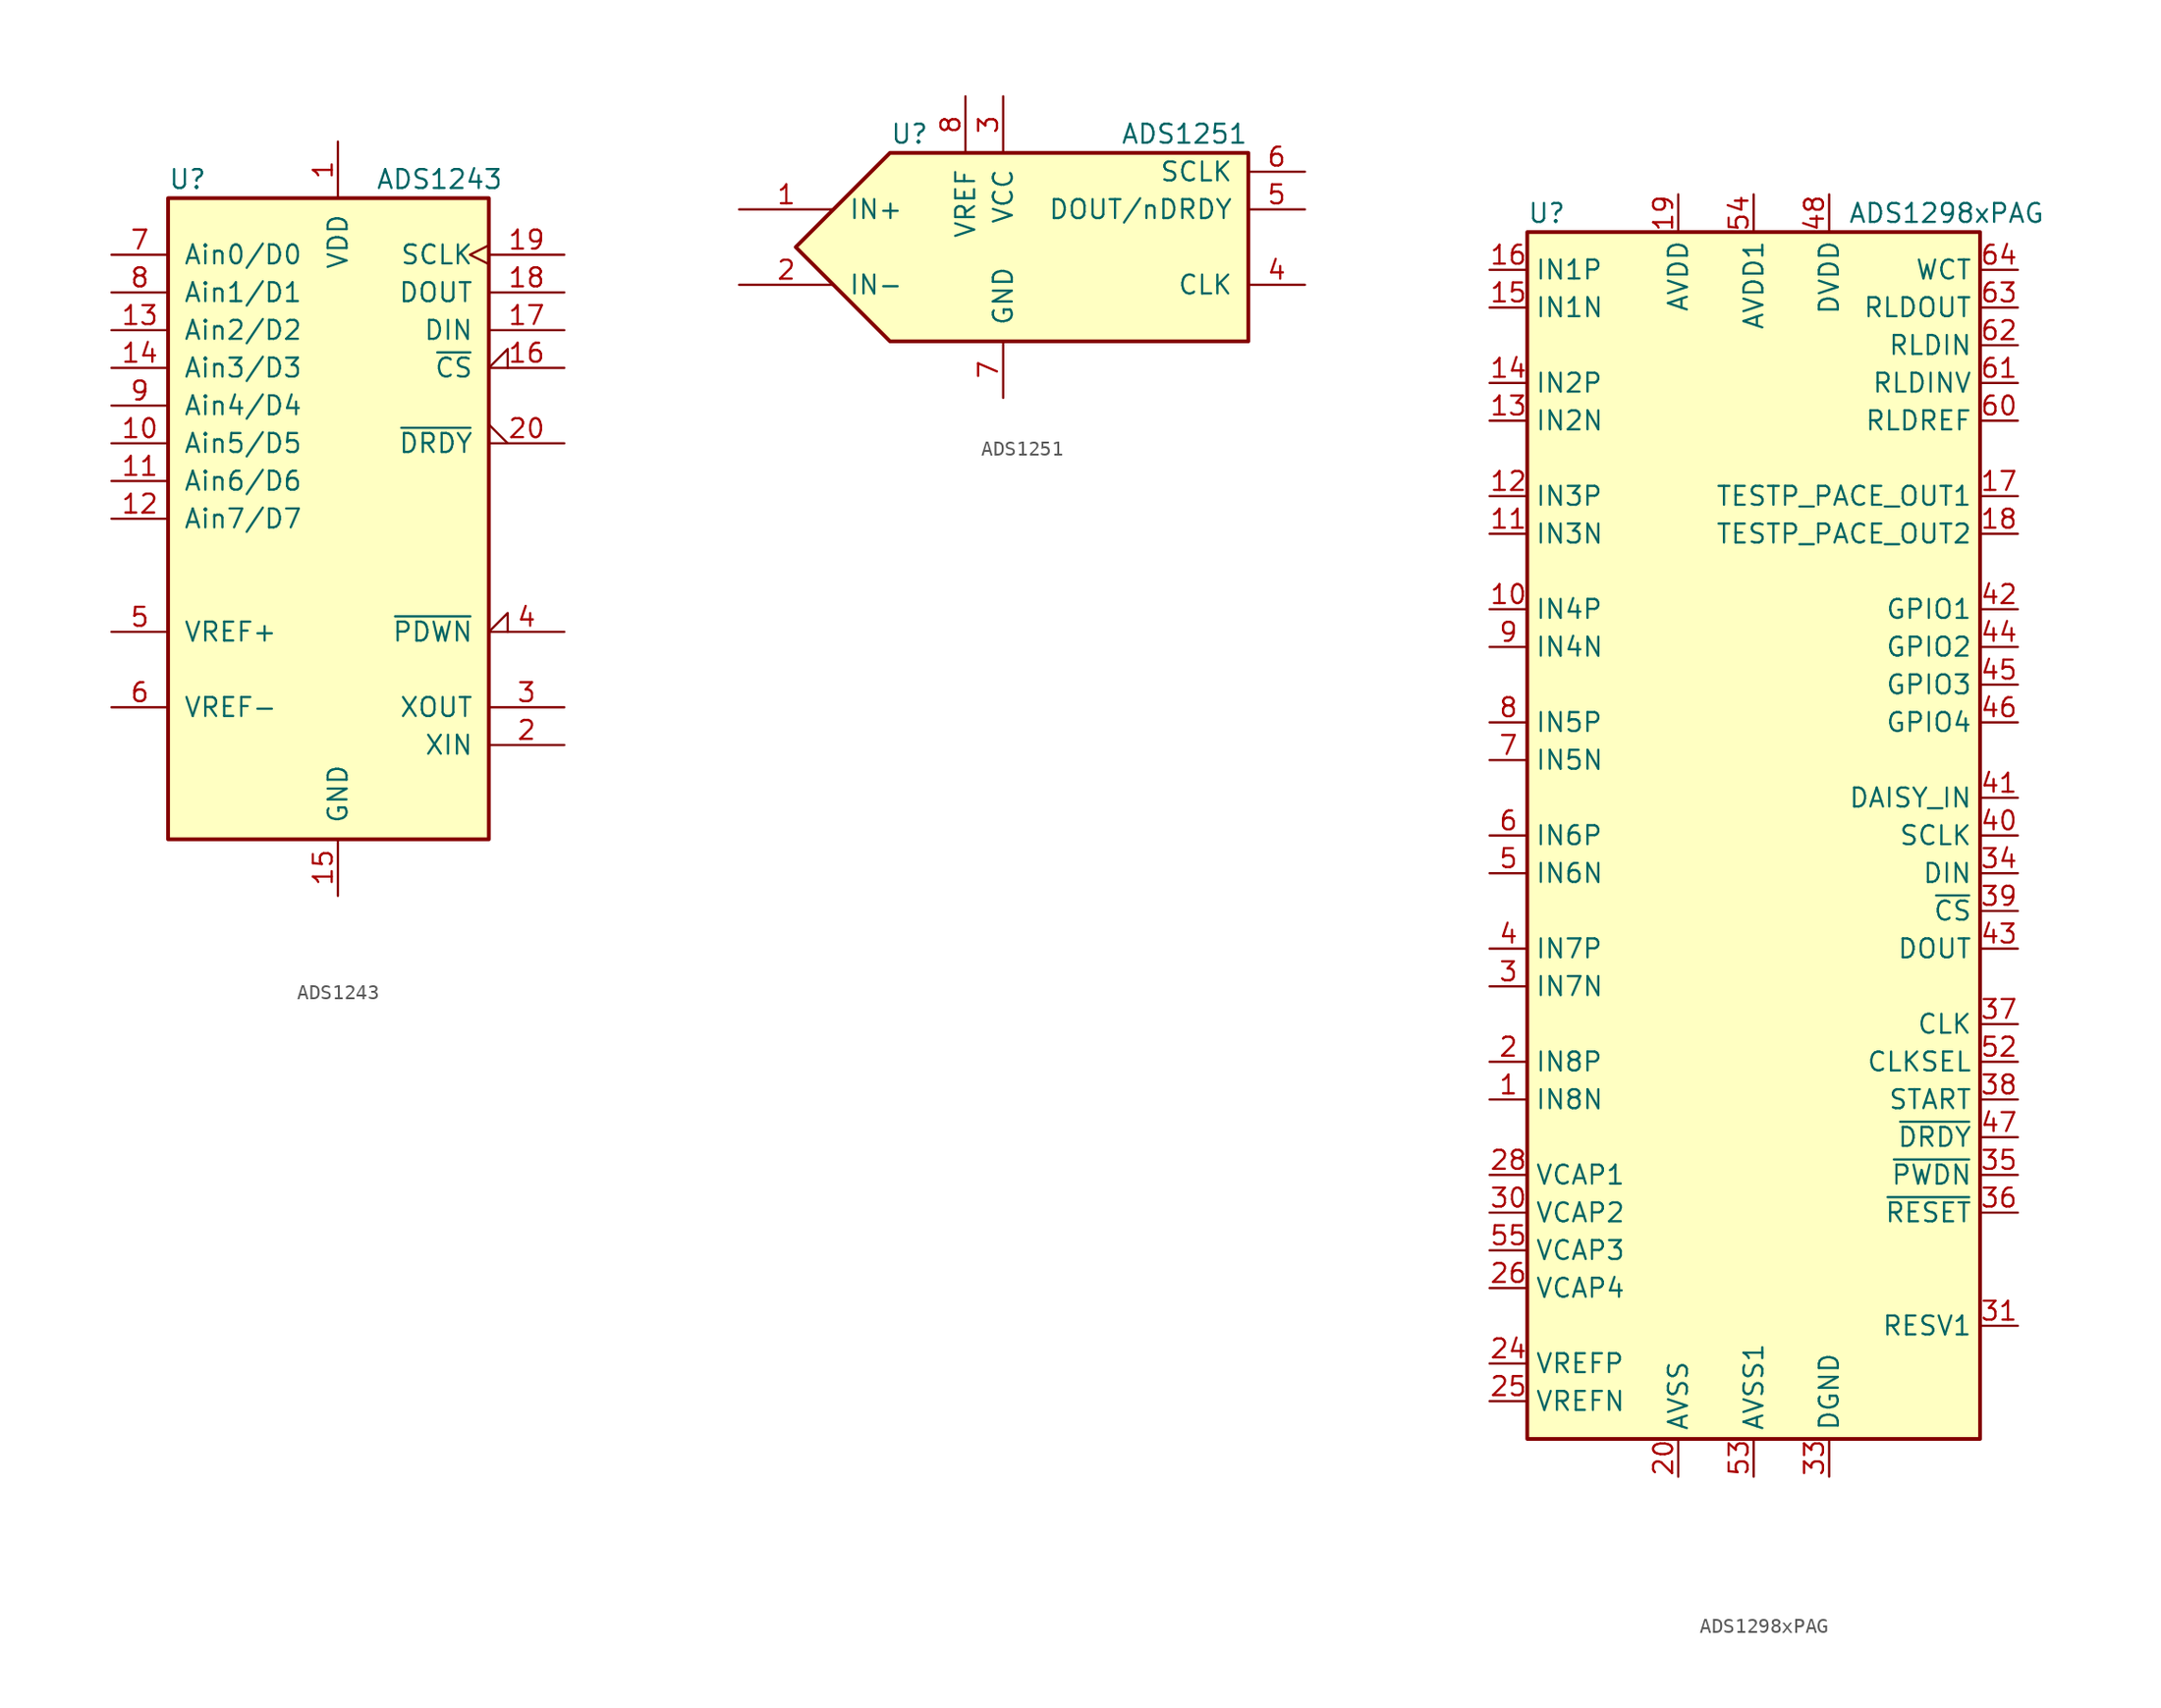
<source format=kicad_sym>
(kicad_symbol_lib
  (version 20241209)
  (generator "kicad_symbol_editor")
  (generator_version "9.0")
  (symbol "ADS1243"
    (pin_names
      (offset 1.016))
    (property "Reference" "U"
      (at -11.43 22.86 0)
      (effects (font (size 1.27 1.27)) (justify left)))
    (property "Value" "ADS1243"
      (at 2.54 22.86 0)
      (effects (font (size 1.27 1.27)) (justify left)))
    (symbol "ADS1243_0_1"
      (rectangle (start -11.43 21.59) (end 10.16 -21.59) (stroke (width 0.254) (type default)) (fill (type background))))
    (symbol "ADS1243_1_1"
      (pin input line (at -15.24 17.78 0) (length 3.81) (name "Ain0/D0" (effects (font (size 1.27 1.27)))) (number "7" (effects (font (size 1.27 1.27)))))
      (pin input line (at -15.24 15.24 0) (length 3.81) (name "Ain1/D1" (effects (font (size 1.27 1.27)))) (number "8" (effects (font (size 1.27 1.27)))))
      (pin input line (at -15.24 12.7 0) (length 3.81) (name "Ain2/D2" (effects (font (size 1.27 1.27)))) (number "13" (effects (font (size 1.27 1.27)))))
      (pin input line (at -15.24 10.16 0) (length 3.81) (name "Ain3/D3" (effects (font (size 1.27 1.27)))) (number "14" (effects (font (size 1.27 1.27)))))
      (pin input line (at -15.24 7.62 0) (length 3.81) (name "Ain4/D4" (effects (font (size 1.27 1.27)))) (number "9" (effects (font (size 1.27 1.27)))))
      (pin input line (at -15.24 5.08 0) (length 3.81) (name "Ain5/D5" (effects (font (size 1.27 1.27)))) (number "10" (effects (font (size 1.27 1.27)))))
      (pin input line (at -15.24 2.54 0) (length 3.81) (name "Ain6/D6" (effects (font (size 1.27 1.27)))) (number "11" (effects (font (size 1.27 1.27)))))
      (pin input line (at -15.24 0 0) (length 3.81) (name "Ain7/D7" (effects (font (size 1.27 1.27)))) (number "12" (effects (font (size 1.27 1.27)))))
      (pin input line (at -15.24 -7.62 0) (length 3.81) (name "VREF+" (effects (font (size 1.27 1.27)))) (number "5" (effects (font (size 1.27 1.27)))))
      (pin input line (at -15.24 -12.7 0) (length 3.81) (name "VREF-" (effects (font (size 1.27 1.27)))) (number "6" (effects (font (size 1.27 1.27)))))
      (pin power_in line (at 0 25.4 270) (length 3.81) (name "VDD" (effects (font (size 1.27 1.27)))) (number "1" (effects (font (size 1.27 1.27)))))
      (pin power_in line (at 0 -25.4 90) (length 3.81) (name "GND" (effects (font (size 1.27 1.27)))) (number "15" (effects (font (size 1.27 1.27)))))
      (pin input clock (at 15.24 17.78 180) (length 5.08) (name "SCLK" (effects (font (size 1.27 1.27)))) (number "19" (effects (font (size 1.27 1.27)))))
      (pin output line (at 15.24 15.24 180) (length 5.08) (name "DOUT" (effects (font (size 1.27 1.27)))) (number "18" (effects (font (size 1.27 1.27)))))
      (pin input line (at 15.24 12.7 180) (length 5.08) (name "DIN" (effects (font (size 1.27 1.27)))) (number "17" (effects (font (size 1.27 1.27)))))
      (pin input input_low (at 15.24 10.16 180) (length 5.08) (name "~{CS}" (effects (font (size 1.27 1.27)))) (number "16" (effects (font (size 1.27 1.27)))))
      (pin open_collector output_low (at 15.24 5.08 180) (length 5.08) (name "~{DRDY}" (effects (font (size 1.27 1.27)))) (number "20" (effects (font (size 1.27 1.27)))))
      (pin input input_low (at 15.24 -7.62 180) (length 5.08) (name "~{PDWN}" (effects (font (size 1.27 1.27)))) (number "4" (effects (font (size 1.27 1.27)))))
      (pin output line (at 15.24 -12.7 180) (length 5.08) (name "XOUT" (effects (font (size 1.27 1.27)))) (number "3" (effects (font (size 1.27 1.27)))))
      (pin input line (at 15.24 -15.24 180) (length 5.08) (name "XIN" (effects (font (size 1.27 1.27)))) (number "2" (effects (font (size 1.27 1.27)))))))
  (symbol "ADS1251"
    (pin_names
      (offset 1.016))
    (property "Reference" "U"
      (at -10.16 7.62 0)
      (effects (font (size 1.27 1.27)) (justify left)))
    (property "Value" "ADS1251"
      (at 13.97 7.62 0)
      (effects (font (size 1.27 1.27)) (justify right)))
    (symbol "ADS1251_0_1"
      (polyline (pts (xy 13.97 6.35) (xy -10.16 6.35) (xy -16.51 0) (xy -10.16 -6.35) (xy 11.43 -6.35) (xy 13.97 -6.35) (xy 13.97 6.35)) (stroke (width 0.254) (type default)) (fill (type background))))
    (symbol "ADS1251_1_1"
      (pin input line (at -20.32 2.54 0) (length 6.35) (name "IN+" (effects (font (size 1.27 1.27)))) (number "1" (effects (font (size 1.27 1.27)))))
      (pin input line (at -20.32 -2.54 0) (length 6.35) (name "IN-" (effects (font (size 1.27 1.27)))) (number "2" (effects (font (size 1.27 1.27)))))
      (pin input line (at -5.08 10.16 270) (length 3.81) (name "VREF" (effects (font (size 1.27 1.27)))) (number "8" (effects (font (size 1.27 1.27)))))
      (pin power_in line (at -2.54 10.16 270) (length 3.81) (name "VCC" (effects (font (size 1.27 1.27)))) (number "3" (effects (font (size 1.27 1.27)))))
      (pin power_in line (at -2.54 -10.16 90) (length 3.81) (name "GND" (effects (font (size 1.27 1.27)))) (number "7" (effects (font (size 1.27 1.27)))))
      (pin input line (at 17.78 5.08 180) (length 3.81) (name "SCLK" (effects (font (size 1.27 1.27)))) (number "6" (effects (font (size 1.27 1.27)))))
      (pin output line (at 17.78 2.54 180) (length 3.81) (name "DOUT/nDRDY" (effects (font (size 1.27 1.27)))) (number "5" (effects (font (size 1.27 1.27)))))
      (pin input line (at 17.78 -2.54 180) (length 3.81) (name "CLK" (effects (font (size 1.27 1.27)))) (number "4" (effects (font (size 1.27 1.27)))))))
  (symbol "ADS1298xPAG"
    (property "Reference" "U"
      (at -15.24 41.91 0)
      (effects (font (size 1.27 1.27)) (justify left)))
    (property "Value" "ADS1298xPAG"
      (at 6.35 41.91 0)
      (effects (font (size 1.27 1.27)) (justify left)))
    (symbol "ADS1298xPAG_0_1"
      (rectangle (start -15.24 40.64) (end 15.24 -40.64) (stroke (width 0.254) (type default)) (fill (type background))))
    (symbol "ADS1298xPAG_1_1"
      (pin input line (at -17.78 38.1 0) (length 2.54) (name "IN1P" (effects (font (size 1.27 1.27)))) (number "16" (effects (font (size 1.27 1.27)))))
      (pin input line (at -17.78 35.56 0) (length 2.54) (name "IN1N" (effects (font (size 1.27 1.27)))) (number "15" (effects (font (size 1.27 1.27)))))
      (pin input line (at -17.78 30.48 0) (length 2.54) (name "IN2P" (effects (font (size 1.27 1.27)))) (number "14" (effects (font (size 1.27 1.27)))))
      (pin input line (at -17.78 27.94 0) (length 2.54) (name "IN2N" (effects (font (size 1.27 1.27)))) (number "13" (effects (font (size 1.27 1.27)))))
      (pin input line (at -17.78 22.86 0) (length 2.54) (name "IN3P" (effects (font (size 1.27 1.27)))) (number "12" (effects (font (size 1.27 1.27)))))
      (pin input line (at -17.78 20.32 0) (length 2.54) (name "IN3N" (effects (font (size 1.27 1.27)))) (number "11" (effects (font (size 1.27 1.27)))))
      (pin input line (at -17.78 15.24 0) (length 2.54) (name "IN4P" (effects (font (size 1.27 1.27)))) (number "10" (effects (font (size 1.27 1.27)))))
      (pin input line (at -17.78 12.7 0) (length 2.54) (name "IN4N" (effects (font (size 1.27 1.27)))) (number "9" (effects (font (size 1.27 1.27)))))
      (pin input line (at -17.78 7.62 0) (length 2.54) (name "IN5P" (effects (font (size 1.27 1.27)))) (number "8" (effects (font (size 1.27 1.27)))))
      (pin input line (at -17.78 5.08 0) (length 2.54) (name "IN5N" (effects (font (size 1.27 1.27)))) (number "7" (effects (font (size 1.27 1.27)))))
      (pin input line (at -17.78 0 0) (length 2.54) (name "IN6P" (effects (font (size 1.27 1.27)))) (number "6" (effects (font (size 1.27 1.27)))))
      (pin input line (at -17.78 -2.54 0) (length 2.54) (name "IN6N" (effects (font (size 1.27 1.27)))) (number "5" (effects (font (size 1.27 1.27)))))
      (pin input line (at -17.78 -7.62 0) (length 2.54) (name "IN7P" (effects (font (size 1.27 1.27)))) (number "4" (effects (font (size 1.27 1.27)))))
      (pin input line (at -17.78 -10.16 0) (length 2.54) (name "IN7N" (effects (font (size 1.27 1.27)))) (number "3" (effects (font (size 1.27 1.27)))))
      (pin input line (at -17.78 -15.24 0) (length 2.54) (name "IN8P" (effects (font (size 1.27 1.27)))) (number "2" (effects (font (size 1.27 1.27)))))
      (pin input line (at -17.78 -17.78 0) (length 2.54) (name "IN8N" (effects (font (size 1.27 1.27)))) (number "1" (effects (font (size 1.27 1.27)))))
      (pin passive line (at -17.78 -22.86 0) (length 2.54) (name "VCAP1" (effects (font (size 1.27 1.27)))) (number "28" (effects (font (size 1.27 1.27)))))
      (pin passive line (at -17.78 -25.4 0) (length 2.54) (name "VCAP2" (effects (font (size 1.27 1.27)))) (number "30" (effects (font (size 1.27 1.27)))))
      (pin passive line (at -17.78 -27.94 0) (length 2.54) (name "VCAP3" (effects (font (size 1.27 1.27)))) (number "55" (effects (font (size 1.27 1.27)))))
      (pin passive line (at -17.78 -30.48 0) (length 2.54) (name "VCAP4" (effects (font (size 1.27 1.27)))) (number "26" (effects (font (size 1.27 1.27)))))
      (pin passive line (at -17.78 -35.56 0) (length 2.54) (name "VREFP" (effects (font (size 1.27 1.27)))) (number "24" (effects (font (size 1.27 1.27)))))
      (pin passive line (at -17.78 -38.1 0) (length 2.54) (name "VREFN" (effects (font (size 1.27 1.27)))) (number "25" (effects (font (size 1.27 1.27)))))
      (pin power_in line (at -5.08 43.18 270) (length 2.54) (name "AVDD" (effects (font (size 1.27 1.27)))) (number "19" (effects (font (size 1.27 1.27)))))
      (pin passive line (at -5.08 43.18 270) (length 2.54) (hide yes) (name "AVDD" (effects (font (size 1.27 1.27)))) (number "21" (effects (font (size 1.27 1.27)))))
      (pin passive line (at -5.08 43.18 270) (length 2.54) (hide yes) (name "AVDD" (effects (font (size 1.27 1.27)))) (number "22" (effects (font (size 1.27 1.27)))))
      (pin passive line (at -5.08 43.18 270) (length 2.54) (hide yes) (name "AVDD" (effects (font (size 1.27 1.27)))) (number "56" (effects (font (size 1.27 1.27)))))
      (pin passive line (at -5.08 43.18 270) (length 2.54) (hide yes) (name "AVDD" (effects (font (size 1.27 1.27)))) (number "59" (effects (font (size 1.27 1.27)))))
      (pin power_in line (at -5.08 -43.18 90) (length 2.54) (name "AVSS" (effects (font (size 1.27 1.27)))) (number "20" (effects (font (size 1.27 1.27)))))
      (pin passive line (at -5.08 -43.18 90) (length 2.54) (hide yes) (name "AVSS" (effects (font (size 1.27 1.27)))) (number "23" (effects (font (size 1.27 1.27)))))
      (pin passive line (at -5.08 -43.18 90) (length 2.54) (hide yes) (name "AVSS" (effects (font (size 1.27 1.27)))) (number "32" (effects (font (size 1.27 1.27)))))
      (pin passive line (at -5.08 -43.18 90) (length 2.54) (hide yes) (name "AVSS" (effects (font (size 1.27 1.27)))) (number "57" (effects (font (size 1.27 1.27)))))
      (pin passive line (at -5.08 -43.18 90) (length 2.54) (hide yes) (name "AVSS" (effects (font (size 1.27 1.27)))) (number "58" (effects (font (size 1.27 1.27)))))
      (pin power_in line (at 0 43.18 270) (length 2.54) (name "AVDD1" (effects (font (size 1.27 1.27)))) (number "54" (effects (font (size 1.27 1.27)))))
      (pin power_in line (at 0 -43.18 90) (length 2.54) (name "AVSS1" (effects (font (size 1.27 1.27)))) (number "53" (effects (font (size 1.27 1.27)))))
      (pin power_in line (at 5.08 43.18 270) (length 2.54) (name "DVDD" (effects (font (size 1.27 1.27)))) (number "48" (effects (font (size 1.27 1.27)))))
      (pin passive line (at 5.08 43.18 270) (length 2.54) (hide yes) (name "DVDD" (effects (font (size 1.27 1.27)))) (number "50" (effects (font (size 1.27 1.27)))))
      (pin power_in line (at 5.08 -43.18 90) (length 2.54) (name "DGND" (effects (font (size 1.27 1.27)))) (number "33" (effects (font (size 1.27 1.27)))))
      (pin passive line (at 5.08 -43.18 90) (length 2.54) (hide yes) (name "DGND" (effects (font (size 1.27 1.27)))) (number "49" (effects (font (size 1.27 1.27)))))
      (pin passive line (at 5.08 -43.18 90) (length 2.54) (hide yes) (name "DGND" (effects (font (size 1.27 1.27)))) (number "51" (effects (font (size 1.27 1.27)))))
      (pin no_connect line (at 15.24 -35.56 180) (length 2.54) (hide yes) (name "NC" (effects (font (size 1.27 1.27)))) (number "27" (effects (font (size 1.27 1.27)))))
      (pin no_connect line (at 15.24 -38.1 180) (length 2.54) (hide yes) (name "NC" (effects (font (size 1.27 1.27)))) (number "29" (effects (font (size 1.27 1.27)))))
      (pin output line (at 17.78 38.1 180) (length 2.54) (name "WCT" (effects (font (size 1.27 1.27)))) (number "64" (effects (font (size 1.27 1.27)))))
      (pin output line (at 17.78 35.56 180) (length 2.54) (name "RLDOUT" (effects (font (size 1.27 1.27)))) (number "63" (effects (font (size 1.27 1.27)))))
      (pin input line (at 17.78 33.02 180) (length 2.54) (name "RLDIN" (effects (font (size 1.27 1.27)))) (number "62" (effects (font (size 1.27 1.27)))))
      (pin input line (at 17.78 30.48 180) (length 2.54) (name "RLDINV" (effects (font (size 1.27 1.27)))) (number "61" (effects (font (size 1.27 1.27)))))
      (pin input line (at 17.78 27.94 180) (length 2.54) (name "RLDREF" (effects (font (size 1.27 1.27)))) (number "60" (effects (font (size 1.27 1.27)))))
      (pin bidirectional line (at 17.78 22.86 180) (length 2.54) (name "TESTP_PACE_OUT1" (effects (font (size 1.27 1.27)))) (number "17" (effects (font (size 1.27 1.27)))))
      (pin bidirectional line (at 17.78 20.32 180) (length 2.54) (name "TESTP_PACE_OUT2" (effects (font (size 1.27 1.27)))) (number "18" (effects (font (size 1.27 1.27)))))
      (pin bidirectional line (at 17.78 15.24 180) (length 2.54) (name "GPIO1" (effects (font (size 1.27 1.27)))) (number "42" (effects (font (size 1.27 1.27)))))
      (pin bidirectional line (at 17.78 12.7 180) (length 2.54) (name "GPIO2" (effects (font (size 1.27 1.27)))) (number "44" (effects (font (size 1.27 1.27)))))
      (pin bidirectional line (at 17.78 10.16 180) (length 2.54) (name "GPIO3" (effects (font (size 1.27 1.27)))) (number "45" (effects (font (size 1.27 1.27)))))
      (pin bidirectional line (at 17.78 7.62 180) (length 2.54) (name "GPIO4" (effects (font (size 1.27 1.27)))) (number "46" (effects (font (size 1.27 1.27)))))
      (pin input line (at 17.78 2.54 180) (length 2.54) (name "DAISY_IN" (effects (font (size 1.27 1.27)))) (number "41" (effects (font (size 1.27 1.27)))))
      (pin input line (at 17.78 0 180) (length 2.54) (name "SCLK" (effects (font (size 1.27 1.27)))) (number "40" (effects (font (size 1.27 1.27)))))
      (pin input line (at 17.78 -2.54 180) (length 2.54) (name "DIN" (effects (font (size 1.27 1.27)))) (number "34" (effects (font (size 1.27 1.27)))))
      (pin input line (at 17.78 -5.08 180) (length 2.54) (name "~{CS}" (effects (font (size 1.27 1.27)))) (number "39" (effects (font (size 1.27 1.27)))))
      (pin output line (at 17.78 -7.62 180) (length 2.54) (name "DOUT" (effects (font (size 1.27 1.27)))) (number "43" (effects (font (size 1.27 1.27)))))
      (pin bidirectional line (at 17.78 -12.7 180) (length 2.54) (name "CLK" (effects (font (size 1.27 1.27)))) (number "37" (effects (font (size 1.27 1.27)))))
      (pin input line (at 17.78 -15.24 180) (length 2.54) (name "CLKSEL" (effects (font (size 1.27 1.27)))) (number "52" (effects (font (size 1.27 1.27)))))
      (pin input line (at 17.78 -17.78 180) (length 2.54) (name "START" (effects (font (size 1.27 1.27)))) (number "38" (effects (font (size 1.27 1.27)))))
      (pin output line (at 17.78 -20.32 180) (length 2.54) (name "~{DRDY}" (effects (font (size 1.27 1.27)))) (number "47" (effects (font (size 1.27 1.27)))))
      (pin input line (at 17.78 -22.86 180) (length 2.54) (name "~{PWDN}" (effects (font (size 1.27 1.27)))) (number "35" (effects (font (size 1.27 1.27)))))
      (pin input line (at 17.78 -25.4 180) (length 2.54) (name "~{RESET}" (effects (font (size 1.27 1.27)))) (number "36" (effects (font (size 1.27 1.27)))))
      (pin input line (at 17.78 -33.02 180) (length 2.54) (name "RESV1" (effects (font (size 1.27 1.27)))) (number "31" (effects (font (size 1.27 1.27))))))))
</source>
